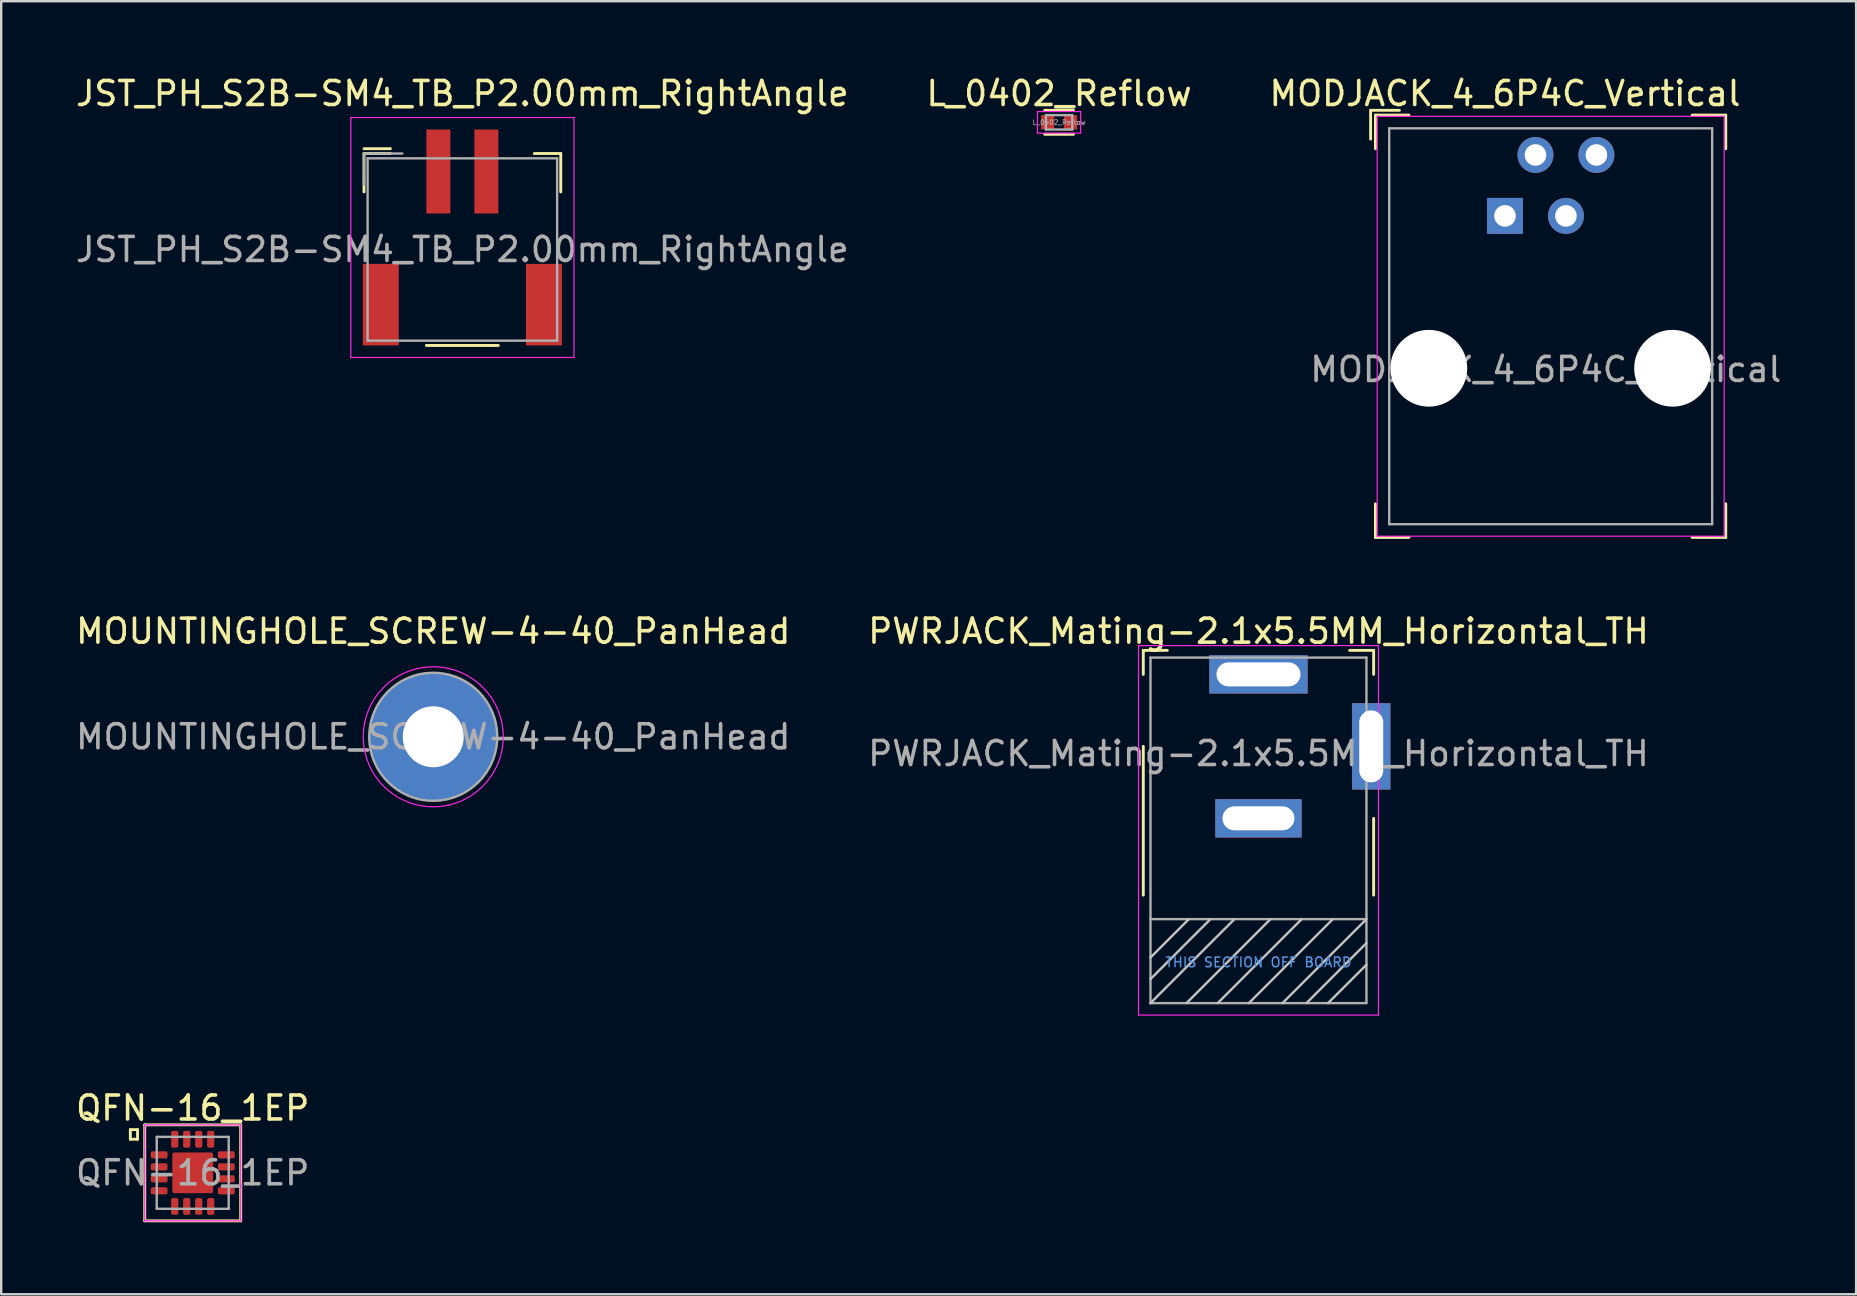
<source format=kicad_pcb>
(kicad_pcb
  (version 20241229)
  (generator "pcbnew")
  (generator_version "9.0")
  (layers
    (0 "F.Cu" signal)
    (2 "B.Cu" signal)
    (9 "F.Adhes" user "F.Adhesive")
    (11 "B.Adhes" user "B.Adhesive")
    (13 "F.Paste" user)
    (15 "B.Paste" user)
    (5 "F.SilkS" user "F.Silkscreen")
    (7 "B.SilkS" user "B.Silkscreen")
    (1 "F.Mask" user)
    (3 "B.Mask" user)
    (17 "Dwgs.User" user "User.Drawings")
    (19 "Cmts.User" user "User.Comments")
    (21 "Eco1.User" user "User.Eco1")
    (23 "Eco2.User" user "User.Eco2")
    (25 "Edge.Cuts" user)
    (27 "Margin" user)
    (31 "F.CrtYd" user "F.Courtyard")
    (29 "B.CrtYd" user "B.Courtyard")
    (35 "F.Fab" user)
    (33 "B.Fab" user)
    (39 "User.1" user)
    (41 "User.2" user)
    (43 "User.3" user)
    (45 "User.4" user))
  (footprint "JST_PH_S2B-SM4_TB_P2.00mm_RightAngle"
    (layer "F.Cu")
    (at 16.22 7.348)
    (property "Reference" "JST_PH_S2B-SM4_TB_P2.00mm_RightAngle" (at 0 -6.5 0) (layer "F.SilkS") (effects (font (size 1 1) (thickness 0.15))))
    (attr smd)
    (fp_line (start -4.1 -4) (end -4.1 -2.4) (stroke (width 0.12) (type solid)) (layer "F.SilkS"))
    (fp_line (start -3 -4.2) (end -4.1 -4.2) (stroke (width 0.12) (type solid)) (layer "F.SilkS"))
    (fp_line (start -3 -4) (end -4.1 -4) (stroke (width 0.12) (type solid)) (layer "F.SilkS"))
    (fp_line (start -1.5 4) (end 1.5 4) (stroke (width 0.12) (type solid)) (layer "F.SilkS"))
    (fp_line (start 3 -4) (end 4.1 -4) (stroke (width 0.12) (type solid)) (layer "F.SilkS"))
    (fp_line (start 4.1 -4) (end 4.1 -2.4) (stroke (width 0.12) (type solid)) (layer "F.SilkS"))
    (fp_line (start -4.65 -5.5) (end -4.65 4.5) (stroke (width 0.05) (type solid)) (layer "F.CrtYd"))
    (fp_line (start -4.65 -5.5) (end 4.65 -5.5) (stroke (width 0.05) (type solid)) (layer "F.CrtYd"))
    (fp_line (start -4.65 4.5) (end 4.65 4.5) (stroke (width 0.05) (type solid)) (layer "F.CrtYd"))
    (fp_line (start 4.65 4.5) (end 4.65 -5.5) (stroke (width 0.05) (type solid)) (layer "F.CrtYd"))
    (fp_line (start -4.1 -4) (end -4.1 -3) (stroke (width 0.1) (type solid)) (layer "F.Fab"))
    (fp_line (start -4.1 -3) (end -4.1 -2.7) (stroke (width 0.1) (type solid)) (layer "F.Fab"))
    (fp_line (start -3.95 -3.8) (end 3.95 -3.8) (stroke (width 0.1) (type solid)) (layer "F.Fab"))
    (fp_line (start -3.95 3.8) (end -3.95 -3.8) (stroke (width 0.1) (type solid)) (layer "F.Fab"))
    (fp_line (start -3.95 3.8) (end 3.95 3.8) (stroke (width 0.1) (type solid)) (layer "F.Fab"))
    (fp_line (start -2.5 -4) (end -4.1 -4) (stroke (width 0.1) (type solid)) (layer "F.Fab"))
    (fp_line (start 3.95 3.8) (end 3.95 -3.8) (stroke (width 0.1) (type solid)) (layer "F.Fab"))
    (fp_text user "${REFERENCE}" (at 0 0 0) (layer "F.Fab") (effects (font (size 1 1) (thickness 0.15))))
    (pad "1" smd rect (at -1 -3.25) (size 1 3.5) (layers "F.Cu" "F.Mask" "F.Paste"))
    (pad "2" smd rect (at 1 -3.25) (size 1 3.5) (layers "F.Cu" "F.Mask" "F.Paste"))
    (pad "3" smd rect (at -3.4 2.3) (size 1.5 3.4) (layers "F.Cu" "F.Mask" "F.Paste"))
    (pad "3" smd rect (at 3.4 2.3) (size 1.5 3.4) (layers "F.Cu" "F.Mask" "F.Paste")))
  (footprint "QFN-16_1EP"
    (layer "F.Cu")
    (at 4.982 45.83)
    (property "Reference" "QFN-16_1EP" (at 0 -2.7 0) (layer "F.SilkS") (effects (font (size 1 1) (thickness 0.15))))
    (attr smd)
    (fp_line (start -2.6 -1.8) (end -2.6 -1.4) (stroke (width 0.12) (type solid)) (layer "F.SilkS"))
    (fp_line (start -2.6 -1.4) (end -2.3 -1.4) (stroke (width 0.12) (type solid)) (layer "F.SilkS"))
    (fp_line (start -2.3 -1.8) (end -2.6 -1.8) (stroke (width 0.12) (type solid)) (layer "F.SilkS"))
    (fp_line (start -2.3 -1.4) (end -2.3 -1.8) (stroke (width 0.12) (type solid)) (layer "F.SilkS"))
    (fp_line (start -2 -2) (end 2 -2) (stroke (width 0.12) (type solid)) (layer "F.SilkS"))
    (fp_line (start -2 2) (end -2 -2) (stroke (width 0.12) (type solid)) (layer "F.SilkS"))
    (fp_line (start 2 -2) (end 2 2) (stroke (width 0.12) (type solid)) (layer "F.SilkS"))
    (fp_line (start 2 2) (end -2 2) (stroke (width 0.12) (type solid)) (layer "F.SilkS"))
    (fp_line (start -2 2) (end -2 -2) (stroke (width 0.05) (type solid)) (layer "F.CrtYd"))
    (fp_line (start 2 -2) (end -2 -2) (stroke (width 0.05) (type solid)) (layer "F.CrtYd"))
    (fp_line (start 2 -2) (end 2 2) (stroke (width 0.05) (type solid)) (layer "F.CrtYd"))
    (fp_line (start 2 2) (end -2 2) (stroke (width 0.05) (type solid)) (layer "F.CrtYd"))
    (fp_line (start -1.5 1.5) (end -1.5 -1.5) (stroke (width 0.1) (type solid)) (layer "F.Fab"))
    (fp_line (start 1.5 -1.5) (end -1.5 -1.5) (stroke (width 0.1) (type solid)) (layer "F.Fab"))
    (fp_line (start 1.5 -1.5) (end 1.5 1.5) (stroke (width 0.1) (type solid)) (layer "F.Fab"))
    (fp_line (start 1.5 1.5) (end -1.5 1.5) (stroke (width 0.1) (type solid)) (layer "F.Fab"))
    (fp_text user "${REFERENCE}" (at 0 0 0) (layer "F.Fab") (effects (font (size 1 1) (thickness 0.15))))
    (pad "1" smd roundrect (at -1.4 -0.75) (size 0.7 0.3) (layers "F.Cu" "F.Mask" "F.Paste") (roundrect_rratio 0.25))
    (pad "2" smd roundrect (at -1.4 -0.25) (size 0.7 0.3) (layers "F.Cu" "F.Mask" "F.Paste") (roundrect_rratio 0.25))
    (pad "3" smd roundrect (at -1.4 0.25) (size 0.7 0.3) (layers "F.Cu" "F.Mask" "F.Paste") (roundrect_rratio 0.25))
    (pad "4" smd roundrect (at -1.4 0.75) (size 0.7 0.3) (layers "F.Cu" "F.Mask" "F.Paste") (roundrect_rratio 0.25))
    (pad "5" smd roundrect (at -0.75 1.4 90) (size 0.7 0.3) (layers "F.Cu" "F.Mask" "F.Paste") (roundrect_rratio 0.25))
    (pad "6" smd roundrect (at -0.25 1.4 90) (size 0.7 0.3) (layers "F.Cu" "F.Mask" "F.Paste") (roundrect_rratio 0.25))
    (pad "7" smd roundrect (at 0.25 1.4 90) (size 0.7 0.3) (layers "F.Cu" "F.Mask" "F.Paste") (roundrect_rratio 0.25))
    (pad "8" smd roundrect (at 0.75 1.4 90) (size 0.7 0.3) (layers "F.Cu" "F.Mask" "F.Paste") (roundrect_rratio 0.25))
    (pad "9" smd roundrect (at 1.4 0.75) (size 0.7 0.3) (layers "F.Cu" "F.Mask" "F.Paste") (roundrect_rratio 0.25))
    (pad "10" smd roundrect (at 1.4 0.25) (size 0.7 0.3) (layers "F.Cu" "F.Mask" "F.Paste") (roundrect_rratio 0.25))
    (pad "11" smd roundrect (at 1.4 -0.25) (size 0.7 0.3) (layers "F.Cu" "F.Mask" "F.Paste") (roundrect_rratio 0.25))
    (pad "12" smd roundrect (at 1.4 -0.75) (size 0.7 0.3) (layers "F.Cu" "F.Mask" "F.Paste") (roundrect_rratio 0.25))
    (pad "13" smd roundrect (at 0.75 -1.4 90) (size 0.7 0.3) (layers "F.Cu" "F.Mask" "F.Paste") (roundrect_rratio 0.25))
    (pad "14" smd roundrect (at 0.25 -1.4 90) (size 0.7 0.3) (layers "F.Cu" "F.Mask" "F.Paste") (roundrect_rratio 0.25))
    (pad "15" smd roundrect (at -0.25 -1.4 90) (size 0.7 0.3) (layers "F.Cu" "F.Mask" "F.Paste") (roundrect_rratio 0.25))
    (pad "16" smd roundrect (at -0.75 -1.4 90) (size 0.7 0.3) (layers "F.Cu" "F.Mask" "F.Paste") (roundrect_rratio 0.25))
    (pad "~" smd roundrect (at 0 0 90) (size 1.7 1.7) (layers "F.Cu" "F.Mask" "F.Paste") (roundrect_rratio 0.05)))
  (footprint "MOUNTINGHOLE_SCREW-4-40_PanHead"
    (layer "F.Cu")
    (at 15.006 27.657)
    (property "Reference" "MOUNTINGHOLE_SCREW-4-40_PanHead" (at 0 -4.4 0) (layer "F.SilkS") (effects (font (size 1 1) (thickness 0.15))))
    (attr through_hole)
    (fp_circle (center 0 0) (end 2.917 0) (stroke (width 0.05) (type solid)) (fill no) (layer "F.CrtYd"))
    (fp_circle (center 0 0) (end 2.667 0) (stroke (width 0.1) (type solid)) (fill no) (layer "F.Fab"))
    (fp_text user "${REFERENCE}" (at 0 0 0) (layer "F.Fab") (effects (font (size 1 1) (thickness 0.15))))
    (pad "1" thru_hole circle (at 0 0) (size 5.334 5.334) (drill 2.54) (layers "*.Cu" "*.Mask")))
  (footprint "L_0402_Reflow"
    (layer "F.Cu")
    (at 41.089 2.048)
    (property "Reference" "L_0402_Reflow" (at 0 -1.2 0) (layer "F.SilkS") (effects (font (size 1 1) (thickness 0.15))))
    (attr smd)
    (fp_line (start -0.6 -0.5) (end 0.6 -0.5) (stroke (width 0.12) (type solid)) (layer "F.SilkS"))
    (fp_line (start 0.6 0.5) (end -0.6 0.5) (stroke (width 0.12) (type solid)) (layer "F.SilkS"))
    (fp_line (start -0.9 -0.45) (end -0.9 0.45) (stroke (width 0.05) (type solid)) (layer "F.CrtYd"))
    (fp_line (start -0.9 -0.45) (end 0.9 -0.45) (stroke (width 0.05) (type solid)) (layer "F.CrtYd"))
    (fp_line (start -0.9 0.45) (end 0.9 0.45) (stroke (width 0.05) (type solid)) (layer "F.CrtYd"))
    (fp_line (start 0.9 -0.45) (end 0.9 0.45) (stroke (width 0.05) (type solid)) (layer "F.CrtYd"))
    (fp_line (start -0.55 -0.3) (end -0.55 0.3) (stroke (width 0.1) (type solid)) (layer "F.Fab"))
    (fp_line (start -0.55 -0.3) (end 0.55 -0.3) (stroke (width 0.1) (type solid)) (layer "F.Fab"))
    (fp_line (start -0.55 0.3) (end 0.55 0.3) (stroke (width 0.1) (type solid)) (layer "F.Fab"))
    (fp_line (start 0.55 0.3) (end 0.55 -0.3) (stroke (width 0.1) (type solid)) (layer "F.Fab"))
    (fp_text user "${REFERENCE}" (at 0 0 0) (layer "F.Fab") (effects (font (size 0.2 0.2) (thickness 0.03))))
    (pad "1" smd rect (at -0.475 0) (size 0.55 0.6) (layers "F.Cu" "F.Mask" "F.Paste"))
    (pad "2" smd rect (at 0.475 0) (size 0.55 0.6) (layers "F.Cu" "F.Mask" "F.Paste")))
  (footprint "MODJACK_4_6P4C_Vertical"
    (layer "F.Cu")
    (at 59.673 5.948)
    (property "Reference" "MODJACK_4_6P4C_Vertical" (at 0 -5.1 0) (layer "F.SilkS") (effects (font (size 1 1) (thickness 0.15))))
    (attr through_hole)
    (fp_line (start -5.6 -4.4) (end -5.6 -3.2) (stroke (width 0.12) (type solid)) (layer "F.SilkS"))
    (fp_line (start -5.4 -4.2) (end -5.4 -2.8) (stroke (width 0.12) (type solid)) (layer "F.SilkS"))
    (fp_line (start -5.4 -4.2) (end -4 -4.2) (stroke (width 0.12) (type solid)) (layer "F.SilkS"))
    (fp_line (start -5.4 12) (end -5.4 13.4) (stroke (width 0.12) (type solid)) (layer "F.SilkS"))
    (fp_line (start -5.4 13.4) (end -4 13.4) (stroke (width 0.12) (type solid)) (layer "F.SilkS"))
    (fp_line (start -4.4 -4.4) (end -5.6 -4.4) (stroke (width 0.12) (type solid)) (layer "F.SilkS"))
    (fp_line (start 7.9 -4.2) (end 7.8 -4.2) (stroke (width 0.12) (type solid)) (layer "F.SilkS"))
    (fp_line (start 7.9 -4.2) (end 9.2 -4.2) (stroke (width 0.12) (type solid)) (layer "F.SilkS"))
    (fp_line (start 9.2 -2.9) (end 9.2 -4.2) (stroke (width 0.12) (type solid)) (layer "F.SilkS"))
    (fp_line (start 9.2 -2.9) (end 9.2 -2.8) (stroke (width 0.12) (type solid)) (layer "F.SilkS"))
    (fp_line (start 9.2 13.4) (end 7.8 13.4) (stroke (width 0.12) (type solid)) (layer "F.SilkS"))
    (fp_line (start 9.2 13.4) (end 9.2 12) (stroke (width 0.12) (type solid)) (layer "F.SilkS"))
    (fp_line (start -5.325 -4.15) (end -5.325 13.35) (stroke (width 0.05) (type solid)) (layer "F.CrtYd"))
    (fp_line (start -5.325 13.35) (end 9.135 13.35) (stroke (width 0.05) (type solid)) (layer "F.CrtYd"))
    (fp_line (start 9.135 -4.15) (end -5.325 -4.15) (stroke (width 0.05) (type solid)) (layer "F.CrtYd"))
    (fp_line (start 9.135 13.35) (end 9.135 -4.15) (stroke (width 0.05) (type solid)) (layer "F.CrtYd"))
    (fp_line (start -4.825 -3.65) (end 8.635 -3.65) (stroke (width 0.1) (type solid)) (layer "F.Fab"))
    (fp_line (start -4.825 12.85) (end -4.825 -3.65) (stroke (width 0.1) (type solid)) (layer "F.Fab"))
    (fp_line (start -4.825 12.85) (end 8.635 12.85) (stroke (width 0.1) (type solid)) (layer "F.Fab"))
    (fp_line (start 8.635 12.85) (end 8.635 -3.65) (stroke (width 0.1) (type solid)) (layer "F.Fab"))
    (fp_text user "${REFERENCE}" (at 1.7 6.4 0) (layer "F.Fab") (effects (font (size 1 1) (thickness 0.15))))
    (pad "" np_thru_hole circle (at -3.175 6.35) (size 3.2 3.2) (drill 3.2) (layers "*.Cu" "*.Mask"))
    (pad "" np_thru_hole circle (at 6.985 6.35) (size 3.2 3.2) (drill 3.2) (layers "*.Cu" "*.Mask"))
    (pad "1" thru_hole rect (at 0 0) (size 1.5 1.5) (drill 0.9) (layers "*.Cu" "*.Mask"))
    (pad "2" thru_hole circle (at 1.27 -2.54) (size 1.5 1.5) (drill 0.9) (layers "*.Cu" "*.Mask"))
    (pad "3" thru_hole circle (at 2.54 0) (size 1.5 1.5) (drill 0.9) (layers "*.Cu" "*.Mask"))
    (pad "4" thru_hole circle (at 3.81 -2.54) (size 1.5 1.5) (drill 0.9) (layers "*.Cu" "*.Mask")))
  (footprint "PWRJACK_Mating-2.1x5.5MM_Horizontal_TH"
    (layer "F.Cu")
    (at 49.399 25.056)
    (property "Reference" "PWRJACK_Mating-2.1x5.5MM_Horizontal_TH" (at 0 -1.8 0) (layer "F.SilkS") (effects (font (size 1 1) (thickness 0.15))))
    (attr through_hole)
    (fp_line (start -4.8 -1) (end -3.8 -1) (stroke (width 0.12) (type solid)) (layer "F.SilkS"))
    (fp_line (start -4.8 0) (end -4.8 -1) (stroke (width 0.12) (type solid)) (layer "F.SilkS"))
    (fp_line (start -4.8 9.2) (end -4.8 3) (stroke (width 0.12) (type solid)) (layer "F.SilkS"))
    (fp_line (start 3.8 -1) (end 4.8 -1) (stroke (width 0.12) (type solid)) (layer "F.SilkS"))
    (fp_line (start 4.8 0) (end 4.8 -1) (stroke (width 0.12) (type solid)) (layer "F.SilkS"))
    (fp_line (start 4.8 6) (end 4.8 9.2) (stroke (width 0.12) (type solid)) (layer "F.SilkS"))
    (fp_line (start -4.5 11.8) (end -2.9 10.2) (stroke (width 0.1) (type solid)) (layer "Dwgs.User"))
    (fp_line (start -4.5 12.7) (end -2 10.2) (stroke (width 0.1) (type solid)) (layer "Dwgs.User"))
    (fp_line (start -4.5 13.7) (end -1 10.2) (stroke (width 0.1) (type solid)) (layer "Dwgs.User"))
    (fp_line (start -3 13.7) (end 0.5 10.2) (stroke (width 0.1) (type solid)) (layer "Dwgs.User"))
    (fp_line (start -1.7 13.7) (end 1.8 10.2) (stroke (width 0.1) (type solid)) (layer "Dwgs.User"))
    (fp_line (start -0.4 13.7) (end 3.1 10.2) (stroke (width 0.1) (type solid)) (layer "Dwgs.User"))
    (fp_line (start 1 13.7) (end 4.5 10.2) (stroke (width 0.1) (type solid)) (layer "Dwgs.User"))
    (fp_line (start 2 13.7) (end 4.5 11.2) (stroke (width 0.1) (type solid)) (layer "Dwgs.User"))
    (fp_line (start 2.9 13.7) (end 4.5 12.1) (stroke (width 0.1) (type solid)) (layer "Dwgs.User"))
    (fp_line (start -5 -1.2) (end 5 -1.2) (stroke (width 0.05) (type solid)) (layer "F.CrtYd"))
    (fp_line (start -5 14.2) (end -5 -1.2) (stroke (width 0.05) (type solid)) (layer "F.CrtYd"))
    (fp_line (start -5 14.2) (end 5 14.2) (stroke (width 0.05) (type solid)) (layer "F.CrtYd"))
    (fp_line (start 5 -1.2) (end 5 14.2) (stroke (width 0.05) (type solid)) (layer "F.CrtYd"))
    (fp_line (start -4.5 -0.7) (end 4.5 -0.7) (stroke (width 0.1) (type solid)) (layer "F.Fab"))
    (fp_line (start -4.5 10.2) (end 4.4 10.2) (stroke (width 0.1) (type solid)) (layer "F.Fab"))
    (fp_line (start -4.5 13.7) (end -4.5 -0.7) (stroke (width 0.1) (type solid)) (layer "F.Fab"))
    (fp_line (start -4.5 13.7) (end 4.5 13.7) (stroke (width 0.1) (type solid)) (layer "F.Fab"))
    (fp_line (start 4.5 13.7) (end 4.5 -0.7) (stroke (width 0.1) (type solid)) (layer "F.Fab"))
    (fp_text user "THIS SECTION OFF BOARD" (at 0 12 0) (layer "Cmts.User") (effects (font (size 0.4 0.4) (thickness 0.06))))
    (fp_text user "${REFERENCE}" (at 0 3.3 0) (layer "F.Fab") (effects (font (size 1 1) (thickness 0.15))))
    (pad "1" thru_hole rect (at 0 0) (size 4.1 1.6) (drill oval 3.5 1) (layers "*.Cu" "*.Mask"))
    (pad "2" thru_hole rect (at 0 6) (size 3.6 1.6) (drill oval 3 1) (layers "*.Cu" "*.Mask"))
    (pad "3" thru_hole rect (at 4.7 3) (size 1.6 3.6) (drill oval 1 3) (layers "*.Cu" "*.Mask")))
  (gr_rect
    (start -3 -3)
    (end 74.307 50.89)
    (stroke (width 0.1) (type default))
    (fill no)
    (layer "Edge.Cuts")))
</source>
